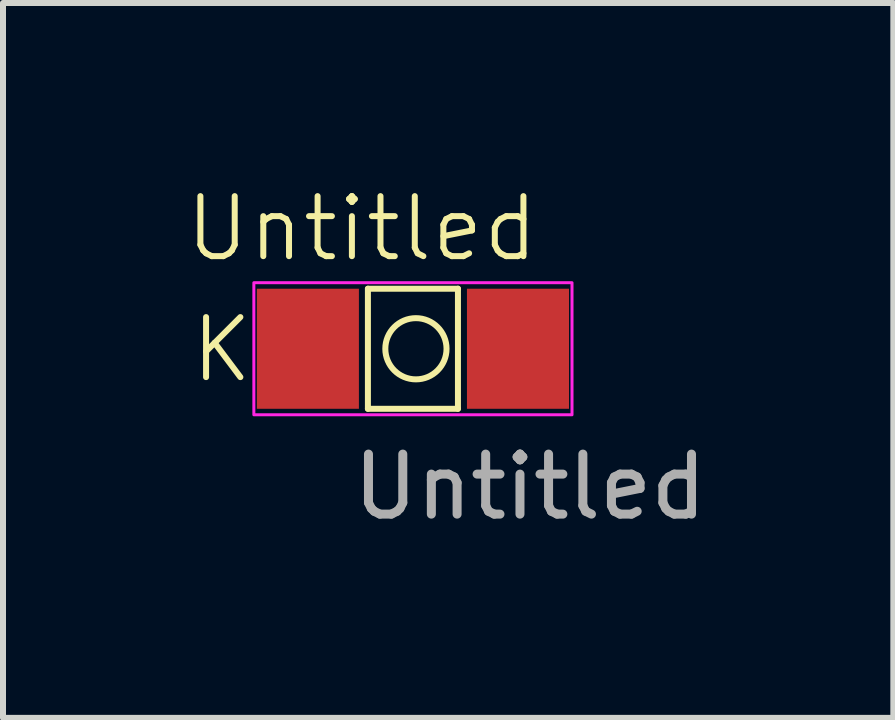
<source format=kicad_pcb>
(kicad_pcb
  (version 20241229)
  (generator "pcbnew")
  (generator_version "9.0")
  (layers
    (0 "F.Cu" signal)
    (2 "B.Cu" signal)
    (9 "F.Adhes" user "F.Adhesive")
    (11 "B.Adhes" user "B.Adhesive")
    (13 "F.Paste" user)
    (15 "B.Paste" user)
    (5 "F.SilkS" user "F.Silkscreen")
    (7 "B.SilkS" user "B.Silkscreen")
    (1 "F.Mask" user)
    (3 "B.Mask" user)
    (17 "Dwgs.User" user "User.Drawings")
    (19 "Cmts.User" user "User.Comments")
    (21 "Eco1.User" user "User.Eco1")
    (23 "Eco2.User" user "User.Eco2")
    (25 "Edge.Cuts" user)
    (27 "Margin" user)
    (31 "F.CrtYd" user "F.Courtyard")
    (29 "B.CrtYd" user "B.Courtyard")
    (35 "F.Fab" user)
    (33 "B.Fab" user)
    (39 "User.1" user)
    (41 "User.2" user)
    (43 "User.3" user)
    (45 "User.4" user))
  (footprint "Untitled"
    (layer "F.Cu")
    (at 2.079 2.76)
    (property "Reference" "Untitled" (at 0.9 -2 0) (unlocked yes) (layer "F.SilkS") (effects (font (size 1 1) (thickness 0.1))))
    (attr smd)
    (fp_line (start 1 -1) (end 2.5 -1) (stroke (width 0.1) (type default)) (layer "F.SilkS"))
    (fp_line (start 1 1) (end 1 -1) (stroke (width 0.1) (type default)) (layer "F.SilkS"))
    (fp_line (start 2.5 -1) (end 2.5 1) (stroke (width 0.1) (type default)) (layer "F.SilkS"))
    (fp_line (start 2.5 1) (end 1 1) (stroke (width 0.1) (type default)) (layer "F.SilkS"))
    (fp_circle (center 1.8 0) (end 1.9 0.5) (stroke (width 0.1) (type default)) (fill no) (layer "F.SilkS"))
    (fp_rect (start -0.9 -1.1) (end 4.4 1.1) (stroke (width 0.05) (type default)) (fill no) (layer "F.CrtYd"))
    (fp_text user "K" (at -2 0.6 0) (unlocked yes) (layer "F.SilkS") (effects (font (size 1 1) (thickness 0.1)) (justify left bottom)))
    (fp_text user "${REFERENCE}" (at 3.7 2.3 0) (unlocked yes) (layer "F.Fab") (effects (font (size 1 1) (thickness 0.15))))
    (pad "1" smd rect (at 0 0) (size 1.7 2) (layers "F.Cu" "F.Mask" "F.Paste"))
    (pad "2" smd rect (at 3.5 0) (size 1.7 2) (layers "F.Cu" "F.Mask" "F.Paste")))
  (gr_rect
    (start -3 -3)
    (end 11.832 8.909)
    (stroke (width 0.1) (type default))
    (fill no)
    (layer "Edge.Cuts")))
</source>
